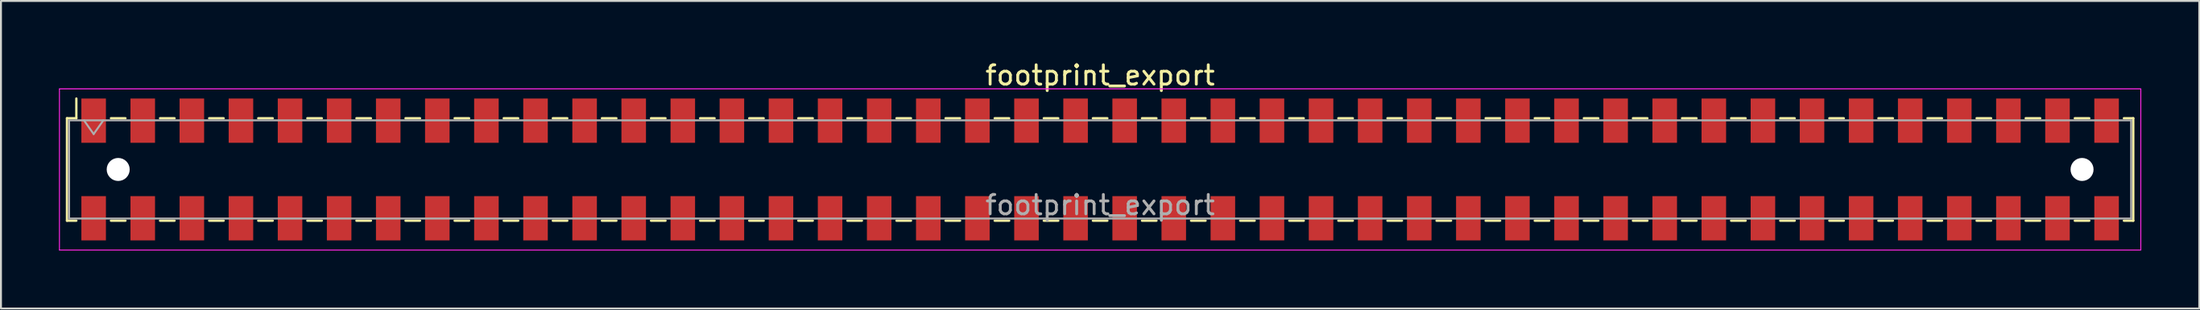
<source format=kicad_pcb>
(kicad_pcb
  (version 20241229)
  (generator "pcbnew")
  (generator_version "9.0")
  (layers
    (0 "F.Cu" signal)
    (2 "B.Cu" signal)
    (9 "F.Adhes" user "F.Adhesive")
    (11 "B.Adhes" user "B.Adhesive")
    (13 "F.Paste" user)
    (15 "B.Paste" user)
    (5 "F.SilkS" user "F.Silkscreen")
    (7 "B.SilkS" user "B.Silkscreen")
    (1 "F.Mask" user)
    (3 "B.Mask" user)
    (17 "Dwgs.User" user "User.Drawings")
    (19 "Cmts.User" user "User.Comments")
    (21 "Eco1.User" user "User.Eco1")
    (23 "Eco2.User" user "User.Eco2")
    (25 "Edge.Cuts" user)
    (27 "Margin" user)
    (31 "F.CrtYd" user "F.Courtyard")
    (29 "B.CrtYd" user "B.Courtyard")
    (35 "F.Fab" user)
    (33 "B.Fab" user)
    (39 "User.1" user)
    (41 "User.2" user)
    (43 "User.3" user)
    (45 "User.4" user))
  (footprint "footprint_export"
    (layer "F.Cu")
    (at 53.865 5.718)
    (property "Reference" "footprint_export" (at 0 -4.87 0) (layer "F.SilkS") (effects (font (size 1 1) (thickness 0.15))))
    (attr smd)
    (fp_line (start -53.45 -2.65) (end -53.45 2.65) (stroke (width 0.12) (type solid)) (layer "F.SilkS"))
    (fp_line (start -53.45 2.65) (end -52.965 2.65) (stroke (width 0.12) (type solid)) (layer "F.SilkS"))
    (fp_line (start -52.965 -3.67) (end -52.965 -2.65) (stroke (width 0.12) (type solid)) (layer "F.SilkS"))
    (fp_line (start -52.965 -2.65) (end -53.45 -2.65) (stroke (width 0.12) (type solid)) (layer "F.SilkS"))
    (fp_line (start -51.175 -2.65) (end -50.425 -2.65) (stroke (width 0.12) (type solid)) (layer "F.SilkS"))
    (fp_line (start -51.175 2.65) (end -50.425 2.65) (stroke (width 0.12) (type solid)) (layer "F.SilkS"))
    (fp_line (start -48.635 -2.65) (end -47.885 -2.65) (stroke (width 0.12) (type solid)) (layer "F.SilkS"))
    (fp_line (start -48.635 2.65) (end -47.885 2.65) (stroke (width 0.12) (type solid)) (layer "F.SilkS"))
    (fp_line (start -46.095 -2.65) (end -45.345 -2.65) (stroke (width 0.12) (type solid)) (layer "F.SilkS"))
    (fp_line (start -46.095 2.65) (end -45.345 2.65) (stroke (width 0.12) (type solid)) (layer "F.SilkS"))
    (fp_line (start -43.555 -2.65) (end -42.805 -2.65) (stroke (width 0.12) (type solid)) (layer "F.SilkS"))
    (fp_line (start -43.555 2.65) (end -42.805 2.65) (stroke (width 0.12) (type solid)) (layer "F.SilkS"))
    (fp_line (start -41.015 -2.65) (end -40.265 -2.65) (stroke (width 0.12) (type solid)) (layer "F.SilkS"))
    (fp_line (start -41.015 2.65) (end -40.265 2.65) (stroke (width 0.12) (type solid)) (layer "F.SilkS"))
    (fp_line (start -38.475 -2.65) (end -37.725 -2.65) (stroke (width 0.12) (type solid)) (layer "F.SilkS"))
    (fp_line (start -38.475 2.65) (end -37.725 2.65) (stroke (width 0.12) (type solid)) (layer "F.SilkS"))
    (fp_line (start -35.935 -2.65) (end -35.185 -2.65) (stroke (width 0.12) (type solid)) (layer "F.SilkS"))
    (fp_line (start -35.935 2.65) (end -35.185 2.65) (stroke (width 0.12) (type solid)) (layer "F.SilkS"))
    (fp_line (start -33.395 -2.65) (end -32.645 -2.65) (stroke (width 0.12) (type solid)) (layer "F.SilkS"))
    (fp_line (start -33.395 2.65) (end -32.645 2.65) (stroke (width 0.12) (type solid)) (layer "F.SilkS"))
    (fp_line (start -30.855 -2.65) (end -30.105 -2.65) (stroke (width 0.12) (type solid)) (layer "F.SilkS"))
    (fp_line (start -30.855 2.65) (end -30.105 2.65) (stroke (width 0.12) (type solid)) (layer "F.SilkS"))
    (fp_line (start -28.315 -2.65) (end -27.565 -2.65) (stroke (width 0.12) (type solid)) (layer "F.SilkS"))
    (fp_line (start -28.315 2.65) (end -27.565 2.65) (stroke (width 0.12) (type solid)) (layer "F.SilkS"))
    (fp_line (start -25.775 -2.65) (end -25.025 -2.65) (stroke (width 0.12) (type solid)) (layer "F.SilkS"))
    (fp_line (start -25.775 2.65) (end -25.025 2.65) (stroke (width 0.12) (type solid)) (layer "F.SilkS"))
    (fp_line (start -23.235 -2.65) (end -22.485 -2.65) (stroke (width 0.12) (type solid)) (layer "F.SilkS"))
    (fp_line (start -23.235 2.65) (end -22.485 2.65) (stroke (width 0.12) (type solid)) (layer "F.SilkS"))
    (fp_line (start -20.695 -2.65) (end -19.945 -2.65) (stroke (width 0.12) (type solid)) (layer "F.SilkS"))
    (fp_line (start -20.695 2.65) (end -19.945 2.65) (stroke (width 0.12) (type solid)) (layer "F.SilkS"))
    (fp_line (start -18.155 -2.65) (end -17.405 -2.65) (stroke (width 0.12) (type solid)) (layer "F.SilkS"))
    (fp_line (start -18.155 2.65) (end -17.405 2.65) (stroke (width 0.12) (type solid)) (layer "F.SilkS"))
    (fp_line (start -15.615 -2.65) (end -14.865 -2.65) (stroke (width 0.12) (type solid)) (layer "F.SilkS"))
    (fp_line (start -15.615 2.65) (end -14.865 2.65) (stroke (width 0.12) (type solid)) (layer "F.SilkS"))
    (fp_line (start -13.075 -2.65) (end -12.325 -2.65) (stroke (width 0.12) (type solid)) (layer "F.SilkS"))
    (fp_line (start -13.075 2.65) (end -12.325 2.65) (stroke (width 0.12) (type solid)) (layer "F.SilkS"))
    (fp_line (start -10.535 -2.65) (end -9.785 -2.65) (stroke (width 0.12) (type solid)) (layer "F.SilkS"))
    (fp_line (start -10.535 2.65) (end -9.785 2.65) (stroke (width 0.12) (type solid)) (layer "F.SilkS"))
    (fp_line (start -7.995 -2.65) (end -7.245 -2.65) (stroke (width 0.12) (type solid)) (layer "F.SilkS"))
    (fp_line (start -7.995 2.65) (end -7.245 2.65) (stroke (width 0.12) (type solid)) (layer "F.SilkS"))
    (fp_line (start -5.455 -2.65) (end -4.705 -2.65) (stroke (width 0.12) (type solid)) (layer "F.SilkS"))
    (fp_line (start -5.455 2.65) (end -4.705 2.65) (stroke (width 0.12) (type solid)) (layer "F.SilkS"))
    (fp_line (start -2.915 -2.65) (end -2.165 -2.65) (stroke (width 0.12) (type solid)) (layer "F.SilkS"))
    (fp_line (start -2.915 2.65) (end -2.165 2.65) (stroke (width 0.12) (type solid)) (layer "F.SilkS"))
    (fp_line (start -0.375 -2.65) (end 0.375 -2.65) (stroke (width 0.12) (type solid)) (layer "F.SilkS"))
    (fp_line (start -0.375 2.65) (end 0.375 2.65) (stroke (width 0.12) (type solid)) (layer "F.SilkS"))
    (fp_line (start 2.165 -2.65) (end 2.915 -2.65) (stroke (width 0.12) (type solid)) (layer "F.SilkS"))
    (fp_line (start 2.165 2.65) (end 2.915 2.65) (stroke (width 0.12) (type solid)) (layer "F.SilkS"))
    (fp_line (start 4.705 -2.65) (end 5.455 -2.65) (stroke (width 0.12) (type solid)) (layer "F.SilkS"))
    (fp_line (start 4.705 2.65) (end 5.455 2.65) (stroke (width 0.12) (type solid)) (layer "F.SilkS"))
    (fp_line (start 7.245 -2.65) (end 7.995 -2.65) (stroke (width 0.12) (type solid)) (layer "F.SilkS"))
    (fp_line (start 7.245 2.65) (end 7.995 2.65) (stroke (width 0.12) (type solid)) (layer "F.SilkS"))
    (fp_line (start 9.785 -2.65) (end 10.535 -2.65) (stroke (width 0.12) (type solid)) (layer "F.SilkS"))
    (fp_line (start 9.785 2.65) (end 10.535 2.65) (stroke (width 0.12) (type solid)) (layer "F.SilkS"))
    (fp_line (start 12.325 -2.65) (end 13.075 -2.65) (stroke (width 0.12) (type solid)) (layer "F.SilkS"))
    (fp_line (start 12.325 2.65) (end 13.075 2.65) (stroke (width 0.12) (type solid)) (layer "F.SilkS"))
    (fp_line (start 14.865 -2.65) (end 15.615 -2.65) (stroke (width 0.12) (type solid)) (layer "F.SilkS"))
    (fp_line (start 14.865 2.65) (end 15.615 2.65) (stroke (width 0.12) (type solid)) (layer "F.SilkS"))
    (fp_line (start 17.405 -2.65) (end 18.155 -2.65) (stroke (width 0.12) (type solid)) (layer "F.SilkS"))
    (fp_line (start 17.405 2.65) (end 18.155 2.65) (stroke (width 0.12) (type solid)) (layer "F.SilkS"))
    (fp_line (start 19.945 -2.65) (end 20.695 -2.65) (stroke (width 0.12) (type solid)) (layer "F.SilkS"))
    (fp_line (start 19.945 2.65) (end 20.695 2.65) (stroke (width 0.12) (type solid)) (layer "F.SilkS"))
    (fp_line (start 22.485 -2.65) (end 23.235 -2.65) (stroke (width 0.12) (type solid)) (layer "F.SilkS"))
    (fp_line (start 22.485 2.65) (end 23.235 2.65) (stroke (width 0.12) (type solid)) (layer "F.SilkS"))
    (fp_line (start 25.025 -2.65) (end 25.775 -2.65) (stroke (width 0.12) (type solid)) (layer "F.SilkS"))
    (fp_line (start 25.025 2.65) (end 25.775 2.65) (stroke (width 0.12) (type solid)) (layer "F.SilkS"))
    (fp_line (start 27.565 -2.65) (end 28.315 -2.65) (stroke (width 0.12) (type solid)) (layer "F.SilkS"))
    (fp_line (start 27.565 2.65) (end 28.315 2.65) (stroke (width 0.12) (type solid)) (layer "F.SilkS"))
    (fp_line (start 30.105 -2.65) (end 30.855 -2.65) (stroke (width 0.12) (type solid)) (layer "F.SilkS"))
    (fp_line (start 30.105 2.65) (end 30.855 2.65) (stroke (width 0.12) (type solid)) (layer "F.SilkS"))
    (fp_line (start 32.645 -2.65) (end 33.395 -2.65) (stroke (width 0.12) (type solid)) (layer "F.SilkS"))
    (fp_line (start 32.645 2.65) (end 33.395 2.65) (stroke (width 0.12) (type solid)) (layer "F.SilkS"))
    (fp_line (start 35.185 -2.65) (end 35.935 -2.65) (stroke (width 0.12) (type solid)) (layer "F.SilkS"))
    (fp_line (start 35.185 2.65) (end 35.935 2.65) (stroke (width 0.12) (type solid)) (layer "F.SilkS"))
    (fp_line (start 37.725 -2.65) (end 38.475 -2.65) (stroke (width 0.12) (type solid)) (layer "F.SilkS"))
    (fp_line (start 37.725 2.65) (end 38.475 2.65) (stroke (width 0.12) (type solid)) (layer "F.SilkS"))
    (fp_line (start 40.265 -2.65) (end 41.015 -2.65) (stroke (width 0.12) (type solid)) (layer "F.SilkS"))
    (fp_line (start 40.265 2.65) (end 41.015 2.65) (stroke (width 0.12) (type solid)) (layer "F.SilkS"))
    (fp_line (start 42.805 -2.65) (end 43.555 -2.65) (stroke (width 0.12) (type solid)) (layer "F.SilkS"))
    (fp_line (start 42.805 2.65) (end 43.555 2.65) (stroke (width 0.12) (type solid)) (layer "F.SilkS"))
    (fp_line (start 45.345 -2.65) (end 46.095 -2.65) (stroke (width 0.12) (type solid)) (layer "F.SilkS"))
    (fp_line (start 45.345 2.65) (end 46.095 2.65) (stroke (width 0.12) (type solid)) (layer "F.SilkS"))
    (fp_line (start 47.885 -2.65) (end 48.635 -2.65) (stroke (width 0.12) (type solid)) (layer "F.SilkS"))
    (fp_line (start 47.885 2.65) (end 48.635 2.65) (stroke (width 0.12) (type solid)) (layer "F.SilkS"))
    (fp_line (start 50.425 -2.65) (end 51.175 -2.65) (stroke (width 0.12) (type solid)) (layer "F.SilkS"))
    (fp_line (start 50.425 2.65) (end 51.175 2.65) (stroke (width 0.12) (type solid)) (layer "F.SilkS"))
    (fp_line (start 52.965 -2.65) (end 53.45 -2.65) (stroke (width 0.12) (type solid)) (layer "F.SilkS"))
    (fp_line (start 53.45 -2.65) (end 53.45 2.65) (stroke (width 0.12) (type solid)) (layer "F.SilkS"))
    (fp_line (start 53.45 2.65) (end 52.965 2.65) (stroke (width 0.12) (type solid)) (layer "F.SilkS"))
    (fp_line (start -53.84 -4.17) (end 53.84 -4.17) (stroke (width 0.05) (type solid)) (layer "F.CrtYd"))
    (fp_line (start -53.84 4.17) (end -53.84 -4.17) (stroke (width 0.05) (type solid)) (layer "F.CrtYd"))
    (fp_line (start 53.84 -4.17) (end 53.84 4.17) (stroke (width 0.05) (type solid)) (layer "F.CrtYd"))
    (fp_line (start 53.84 4.17) (end -53.84 4.17) (stroke (width 0.05) (type solid)) (layer "F.CrtYd"))
    (fp_line (start -53.34 -2.54) (end 53.34 -2.54) (stroke (width 0.1) (type solid)) (layer "F.Fab"))
    (fp_line (start -53.34 2.54) (end -53.34 -2.54) (stroke (width 0.1) (type solid)) (layer "F.Fab"))
    (fp_line (start -52.57 -2.54) (end -52.07 -1.833) (stroke (width 0.1) (type solid)) (layer "F.Fab"))
    (fp_line (start -52.07 -1.833) (end -51.57 -2.54) (stroke (width 0.1) (type solid)) (layer "F.Fab"))
    (fp_line (start 53.34 -2.54) (end 53.34 2.54) (stroke (width 0.1) (type solid)) (layer "F.Fab"))
    (fp_line (start 53.34 2.54) (end -53.34 2.54) (stroke (width 0.1) (type solid)) (layer "F.Fab"))
    (fp_text user "${REFERENCE}" (at 0 1.84 0) (layer "F.Fab") (effects (font (size 1 1) (thickness 0.15))))
    (pad "" np_thru_hole circle (at -50.8 0) (size 1.19 1.19) (drill 1.19) (layers "*.Cu" "*.Mask"))
    (pad "" np_thru_hole circle (at 50.8 0) (size 1.19 1.19) (drill 1.19) (layers "*.Cu" "*.Mask"))
    (pad "1" smd rect (at -52.07 -2.525) (size 1.27 2.29) (layers "F.Cu" "F.Mask" "F.Paste"))
    (pad "2" smd rect (at -52.07 2.525) (size 1.27 2.29) (layers "F.Cu" "F.Mask" "F.Paste"))
    (pad "3" smd rect (at -49.53 -2.525) (size 1.27 2.29) (layers "F.Cu" "F.Mask" "F.Paste"))
    (pad "4" smd rect (at -49.53 2.525) (size 1.27 2.29) (layers "F.Cu" "F.Mask" "F.Paste"))
    (pad "5" smd rect (at -46.99 -2.525) (size 1.27 2.29) (layers "F.Cu" "F.Mask" "F.Paste"))
    (pad "6" smd rect (at -46.99 2.525) (size 1.27 2.29) (layers "F.Cu" "F.Mask" "F.Paste"))
    (pad "7" smd rect (at -44.45 -2.525) (size 1.27 2.29) (layers "F.Cu" "F.Mask" "F.Paste"))
    (pad "8" smd rect (at -44.45 2.525) (size 1.27 2.29) (layers "F.Cu" "F.Mask" "F.Paste"))
    (pad "9" smd rect (at -41.91 -2.525) (size 1.27 2.29) (layers "F.Cu" "F.Mask" "F.Paste"))
    (pad "10" smd rect (at -41.91 2.525) (size 1.27 2.29) (layers "F.Cu" "F.Mask" "F.Paste"))
    (pad "11" smd rect (at -39.37 -2.525) (size 1.27 2.29) (layers "F.Cu" "F.Mask" "F.Paste"))
    (pad "12" smd rect (at -39.37 2.525) (size 1.27 2.29) (layers "F.Cu" "F.Mask" "F.Paste"))
    (pad "13" smd rect (at -36.83 -2.525) (size 1.27 2.29) (layers "F.Cu" "F.Mask" "F.Paste"))
    (pad "14" smd rect (at -36.83 2.525) (size 1.27 2.29) (layers "F.Cu" "F.Mask" "F.Paste"))
    (pad "15" smd rect (at -34.29 -2.525) (size 1.27 2.29) (layers "F.Cu" "F.Mask" "F.Paste"))
    (pad "16" smd rect (at -34.29 2.525) (size 1.27 2.29) (layers "F.Cu" "F.Mask" "F.Paste"))
    (pad "17" smd rect (at -31.75 -2.525) (size 1.27 2.29) (layers "F.Cu" "F.Mask" "F.Paste"))
    (pad "18" smd rect (at -31.75 2.525) (size 1.27 2.29) (layers "F.Cu" "F.Mask" "F.Paste"))
    (pad "19" smd rect (at -29.21 -2.525) (size 1.27 2.29) (layers "F.Cu" "F.Mask" "F.Paste"))
    (pad "20" smd rect (at -29.21 2.525) (size 1.27 2.29) (layers "F.Cu" "F.Mask" "F.Paste"))
    (pad "21" smd rect (at -26.67 -2.525) (size 1.27 2.29) (layers "F.Cu" "F.Mask" "F.Paste"))
    (pad "22" smd rect (at -26.67 2.525) (size 1.27 2.29) (layers "F.Cu" "F.Mask" "F.Paste"))
    (pad "23" smd rect (at -24.13 -2.525) (size 1.27 2.29) (layers "F.Cu" "F.Mask" "F.Paste"))
    (pad "24" smd rect (at -24.13 2.525) (size 1.27 2.29) (layers "F.Cu" "F.Mask" "F.Paste"))
    (pad "25" smd rect (at -21.59 -2.525) (size 1.27 2.29) (layers "F.Cu" "F.Mask" "F.Paste"))
    (pad "26" smd rect (at -21.59 2.525) (size 1.27 2.29) (layers "F.Cu" "F.Mask" "F.Paste"))
    (pad "27" smd rect (at -19.05 -2.525) (size 1.27 2.29) (layers "F.Cu" "F.Mask" "F.Paste"))
    (pad "28" smd rect (at -19.05 2.525) (size 1.27 2.29) (layers "F.Cu" "F.Mask" "F.Paste"))
    (pad "29" smd rect (at -16.51 -2.525) (size 1.27 2.29) (layers "F.Cu" "F.Mask" "F.Paste"))
    (pad "30" smd rect (at -16.51 2.525) (size 1.27 2.29) (layers "F.Cu" "F.Mask" "F.Paste"))
    (pad "31" smd rect (at -13.97 -2.525) (size 1.27 2.29) (layers "F.Cu" "F.Mask" "F.Paste"))
    (pad "32" smd rect (at -13.97 2.525) (size 1.27 2.29) (layers "F.Cu" "F.Mask" "F.Paste"))
    (pad "33" smd rect (at -11.43 -2.525) (size 1.27 2.29) (layers "F.Cu" "F.Mask" "F.Paste"))
    (pad "34" smd rect (at -11.43 2.525) (size 1.27 2.29) (layers "F.Cu" "F.Mask" "F.Paste"))
    (pad "35" smd rect (at -8.89 -2.525) (size 1.27 2.29) (layers "F.Cu" "F.Mask" "F.Paste"))
    (pad "36" smd rect (at -8.89 2.525) (size 1.27 2.29) (layers "F.Cu" "F.Mask" "F.Paste"))
    (pad "37" smd rect (at -6.35 -2.525) (size 1.27 2.29) (layers "F.Cu" "F.Mask" "F.Paste"))
    (pad "38" smd rect (at -6.35 2.525) (size 1.27 2.29) (layers "F.Cu" "F.Mask" "F.Paste"))
    (pad "39" smd rect (at -3.81 -2.525) (size 1.27 2.29) (layers "F.Cu" "F.Mask" "F.Paste"))
    (pad "40" smd rect (at -3.81 2.525) (size 1.27 2.29) (layers "F.Cu" "F.Mask" "F.Paste"))
    (pad "41" smd rect (at -1.27 -2.525) (size 1.27 2.29) (layers "F.Cu" "F.Mask" "F.Paste"))
    (pad "42" smd rect (at -1.27 2.525) (size 1.27 2.29) (layers "F.Cu" "F.Mask" "F.Paste"))
    (pad "43" smd rect (at 1.27 -2.525) (size 1.27 2.29) (layers "F.Cu" "F.Mask" "F.Paste"))
    (pad "44" smd rect (at 1.27 2.525) (size 1.27 2.29) (layers "F.Cu" "F.Mask" "F.Paste"))
    (pad "45" smd rect (at 3.81 -2.525) (size 1.27 2.29) (layers "F.Cu" "F.Mask" "F.Paste"))
    (pad "46" smd rect (at 3.81 2.525) (size 1.27 2.29) (layers "F.Cu" "F.Mask" "F.Paste"))
    (pad "47" smd rect (at 6.35 -2.525) (size 1.27 2.29) (layers "F.Cu" "F.Mask" "F.Paste"))
    (pad "48" smd rect (at 6.35 2.525) (size 1.27 2.29) (layers "F.Cu" "F.Mask" "F.Paste"))
    (pad "49" smd rect (at 8.89 -2.525) (size 1.27 2.29) (layers "F.Cu" "F.Mask" "F.Paste"))
    (pad "50" smd rect (at 8.89 2.525) (size 1.27 2.29) (layers "F.Cu" "F.Mask" "F.Paste"))
    (pad "51" smd rect (at 11.43 -2.525) (size 1.27 2.29) (layers "F.Cu" "F.Mask" "F.Paste"))
    (pad "52" smd rect (at 11.43 2.525) (size 1.27 2.29) (layers "F.Cu" "F.Mask" "F.Paste"))
    (pad "53" smd rect (at 13.97 -2.525) (size 1.27 2.29) (layers "F.Cu" "F.Mask" "F.Paste"))
    (pad "54" smd rect (at 13.97 2.525) (size 1.27 2.29) (layers "F.Cu" "F.Mask" "F.Paste"))
    (pad "55" smd rect (at 16.51 -2.525) (size 1.27 2.29) (layers "F.Cu" "F.Mask" "F.Paste"))
    (pad "56" smd rect (at 16.51 2.525) (size 1.27 2.29) (layers "F.Cu" "F.Mask" "F.Paste"))
    (pad "57" smd rect (at 19.05 -2.525) (size 1.27 2.29) (layers "F.Cu" "F.Mask" "F.Paste"))
    (pad "58" smd rect (at 19.05 2.525) (size 1.27 2.29) (layers "F.Cu" "F.Mask" "F.Paste"))
    (pad "59" smd rect (at 21.59 -2.525) (size 1.27 2.29) (layers "F.Cu" "F.Mask" "F.Paste"))
    (pad "60" smd rect (at 21.59 2.525) (size 1.27 2.29) (layers "F.Cu" "F.Mask" "F.Paste"))
    (pad "61" smd rect (at 24.13 -2.525) (size 1.27 2.29) (layers "F.Cu" "F.Mask" "F.Paste"))
    (pad "62" smd rect (at 24.13 2.525) (size 1.27 2.29) (layers "F.Cu" "F.Mask" "F.Paste"))
    (pad "63" smd rect (at 26.67 -2.525) (size 1.27 2.29) (layers "F.Cu" "F.Mask" "F.Paste"))
    (pad "64" smd rect (at 26.67 2.525) (size 1.27 2.29) (layers "F.Cu" "F.Mask" "F.Paste"))
    (pad "65" smd rect (at 29.21 -2.525) (size 1.27 2.29) (layers "F.Cu" "F.Mask" "F.Paste"))
    (pad "66" smd rect (at 29.21 2.525) (size 1.27 2.29) (layers "F.Cu" "F.Mask" "F.Paste"))
    (pad "67" smd rect (at 31.75 -2.525) (size 1.27 2.29) (layers "F.Cu" "F.Mask" "F.Paste"))
    (pad "68" smd rect (at 31.75 2.525) (size 1.27 2.29) (layers "F.Cu" "F.Mask" "F.Paste"))
    (pad "69" smd rect (at 34.29 -2.525) (size 1.27 2.29) (layers "F.Cu" "F.Mask" "F.Paste"))
    (pad "70" smd rect (at 34.29 2.525) (size 1.27 2.29) (layers "F.Cu" "F.Mask" "F.Paste"))
    (pad "71" smd rect (at 36.83 -2.525) (size 1.27 2.29) (layers "F.Cu" "F.Mask" "F.Paste"))
    (pad "72" smd rect (at 36.83 2.525) (size 1.27 2.29) (layers "F.Cu" "F.Mask" "F.Paste"))
    (pad "73" smd rect (at 39.37 -2.525) (size 1.27 2.29) (layers "F.Cu" "F.Mask" "F.Paste"))
    (pad "74" smd rect (at 39.37 2.525) (size 1.27 2.29) (layers "F.Cu" "F.Mask" "F.Paste"))
    (pad "75" smd rect (at 41.91 -2.525) (size 1.27 2.29) (layers "F.Cu" "F.Mask" "F.Paste"))
    (pad "76" smd rect (at 41.91 2.525) (size 1.27 2.29) (layers "F.Cu" "F.Mask" "F.Paste"))
    (pad "77" smd rect (at 44.45 -2.525) (size 1.27 2.29) (layers "F.Cu" "F.Mask" "F.Paste"))
    (pad "78" smd rect (at 44.45 2.525) (size 1.27 2.29) (layers "F.Cu" "F.Mask" "F.Paste"))
    (pad "79" smd rect (at 46.99 -2.525) (size 1.27 2.29) (layers "F.Cu" "F.Mask" "F.Paste"))
    (pad "80" smd rect (at 46.99 2.525) (size 1.27 2.29) (layers "F.Cu" "F.Mask" "F.Paste"))
    (pad "81" smd rect (at 49.53 -2.525) (size 1.27 2.29) (layers "F.Cu" "F.Mask" "F.Paste"))
    (pad "82" smd rect (at 49.53 2.525) (size 1.27 2.29) (layers "F.Cu" "F.Mask" "F.Paste"))
    (pad "83" smd rect (at 52.07 -2.525) (size 1.27 2.29) (layers "F.Cu" "F.Mask" "F.Paste"))
    (pad "84" smd rect (at 52.07 2.525) (size 1.27 2.29) (layers "F.Cu" "F.Mask" "F.Paste")))
  (gr_rect
    (start -3 -3)
    (end 110.73 12.913)
    (stroke (width 0.1) (type default))
    (fill no)
    (layer "Edge.Cuts")))
</source>
